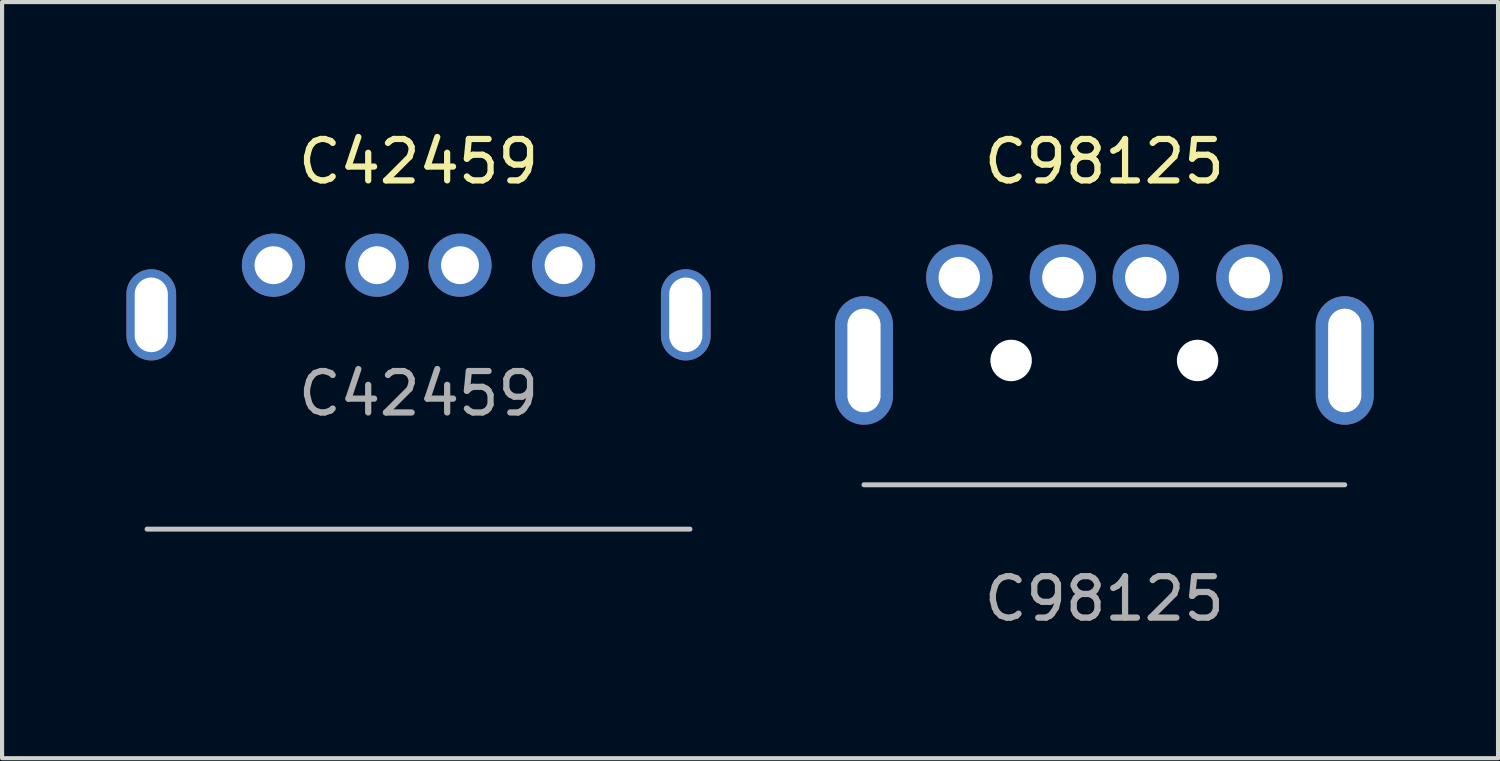
<source format=kicad_pcb>
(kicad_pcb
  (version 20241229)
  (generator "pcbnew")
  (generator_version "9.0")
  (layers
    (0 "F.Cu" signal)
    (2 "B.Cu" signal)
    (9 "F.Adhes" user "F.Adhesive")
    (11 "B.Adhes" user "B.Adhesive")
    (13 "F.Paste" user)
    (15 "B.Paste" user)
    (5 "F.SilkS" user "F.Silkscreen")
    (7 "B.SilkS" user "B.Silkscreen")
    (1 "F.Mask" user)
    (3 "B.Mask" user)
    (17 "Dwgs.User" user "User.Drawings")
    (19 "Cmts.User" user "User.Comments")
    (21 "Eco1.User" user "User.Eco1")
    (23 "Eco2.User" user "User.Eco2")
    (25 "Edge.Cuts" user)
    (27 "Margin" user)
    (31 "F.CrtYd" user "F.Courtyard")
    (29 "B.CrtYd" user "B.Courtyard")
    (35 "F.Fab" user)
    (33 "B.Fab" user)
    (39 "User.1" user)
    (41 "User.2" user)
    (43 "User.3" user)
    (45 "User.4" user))
  (footprint "C98125"
    (layer "F.Cu")
    (at 23.598 4.648)
    (property "Reference" "C98125" (at 0 -3.8 0) (unlocked yes) (layer "F.SilkS") (effects (font (size 1 1) (thickness 0.15))))
    (attr through_hole)
    (fp_line (start -5.8 4) (end 5.8 4) (stroke (width 0.12) (type default)) (layer "Dwgs.User"))
    (fp_text user "${REFERENCE}" (at 0 6.75 0) (unlocked yes) (layer "F.Fab") (effects (font (size 1 1) (thickness 0.15))))
    (pad "" np_thru_hole circle (at -2.25 1) (size 1 1) (drill 1) (layers "*.Cu" "*.Mask"))
    (pad "" np_thru_hole circle (at 2.25 1) (size 1 1) (drill 1) (layers "*.Cu" "*.Mask"))
    (pad "1" thru_hole circle (at 3.5 -1) (size 1.6 1.6) (drill 1) (layers "*.Cu" "*.Mask"))
    (pad "2" thru_hole circle (at 1 -1) (size 1.6 1.6) (drill 1) (layers "*.Cu" "*.Mask"))
    (pad "3" thru_hole circle (at -1 -1) (size 1.6 1.6) (drill 1) (layers "*.Cu" "*.Mask"))
    (pad "4" thru_hole circle (at -3.5 -1) (size 1.6 1.6) (drill 1) (layers "*.Cu" "*.Mask"))
    (pad "5" thru_hole oval (at -5.8 1) (size 1.4 3.1) (drill oval 0.8 2.5) (layers "*.Cu" "*.Mask"))
    (pad "5" thru_hole oval (at 5.8 1) (size 1.4 3.1) (drill oval 0.8 2.5) (layers "*.Cu" "*.Mask")))
  (footprint "C42459"
    (layer "F.Cu")
    (at 7.049 3.948)
    (property "Reference" "C42459" (at 0 -3.1 0) (unlocked yes) (layer "F.SilkS") (effects (font (size 1 1) (thickness 0.15))))
    (attr through_hole)
    (fp_line (start -6.55 5.77) (end 6.55 5.77) (stroke (width 0.12) (type default)) (layer "Dwgs.User"))
    (fp_text user "${REFERENCE}" (at 0 2.5 0) (unlocked yes) (layer "F.Fab") (effects (font (size 1 1) (thickness 0.15))))
    (pad "1" thru_hole circle (at -3.5 -0.599) (size 1.524 1.524) (drill 0.914) (layers "*.Cu" "*.Mask"))
    (pad "2" thru_hole circle (at -1.001 -0.599) (size 1.524 1.524) (drill 0.914) (layers "*.Cu" "*.Mask"))
    (pad "3" thru_hole circle (at 1.001 -0.599) (size 1.524 1.524) (drill 0.914) (layers "*.Cu" "*.Mask"))
    (pad "4" thru_hole circle (at 3.5 -0.599) (size 1.524 1.524) (drill 0.914) (layers "*.Cu" "*.Mask"))
    (pad "5" thru_hole oval (at -6.449 0.599 90) (size 2.2 1.2) (drill oval 1.8 0.8) (layers "*.Cu" "*.Mask"))
    (pad "5" thru_hole oval (at 6.449 0.599 90) (size 2.2 1.2) (drill oval 1.8 0.8) (layers "*.Cu" "*.Mask")))
  (gr_rect
    (start -3 -3)
    (end 33.098 15.246)
    (stroke (width 0.1) (type default))
    (fill no)
    (layer "Edge.Cuts")))
</source>
